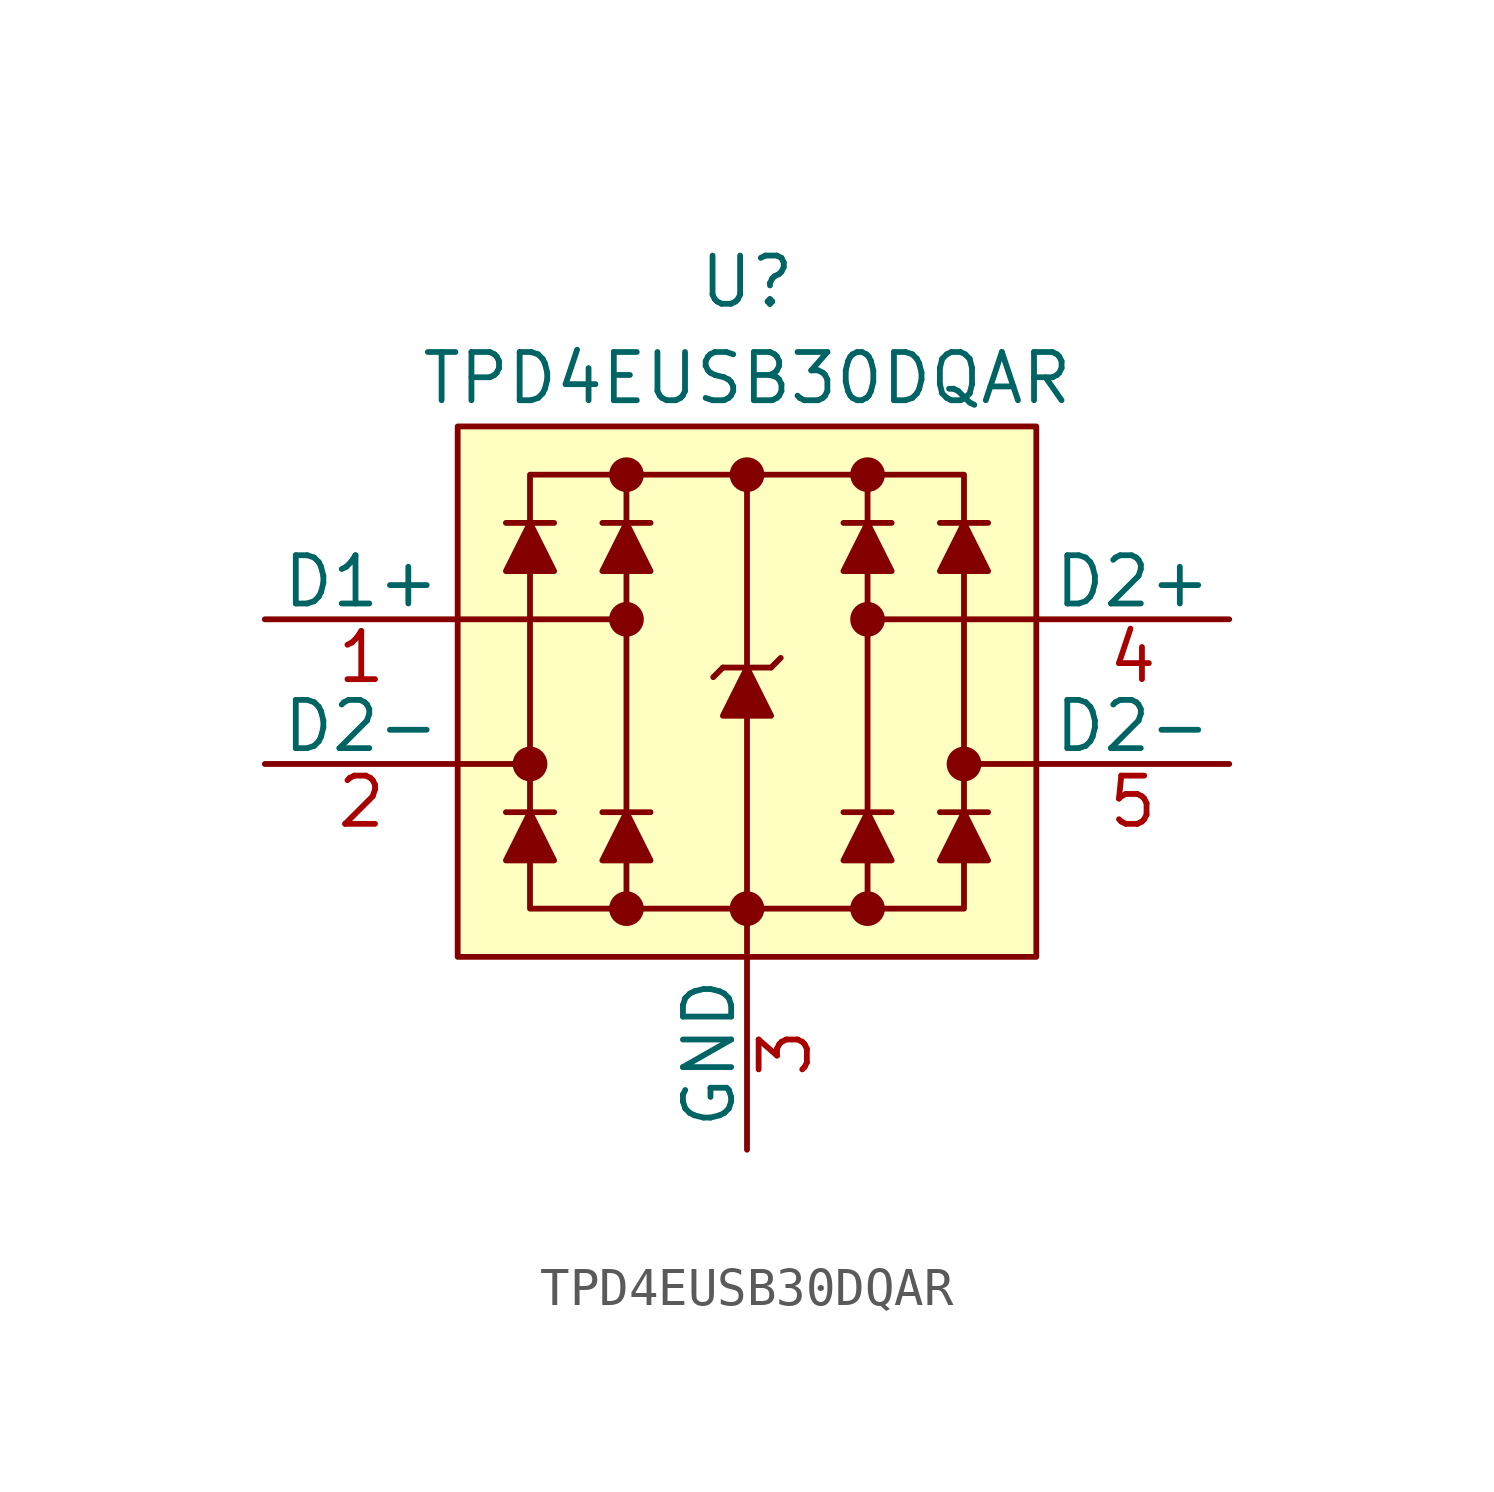
<source format=kicad_sym>
(kicad_symbol_lib
  (version 20220914)
  (generator kicad_symbol_editor)
  (symbol "TPD4EUSB30DQAR"
    (pin_names
      (offset 0))
    (property "Reference" "U"
      (at 0 3.81 0)
      (effects (font (size 1.27 1.27))))
    (property "Value" "TPD4EUSB30DQAR"
      (at 0 1.27 0)
      (effects (font (size 1.27 1.27))))
    (symbol "TPD4EUSB30DQAR_1_1"
      (rectangle (start -7.62 0) (end 7.62 -13.97) (stroke (width 0) (type default)) (fill (type background)))
      (circle (center -5.715 -8.89) (radius 0.381) (stroke (width 0) (type default)) (fill (type outline)))
      (circle (center -3.175 -12.7) (radius 0.381) (stroke (width 0) (type default)) (fill (type outline)))
      (circle (center -3.175 -5.08) (radius 0.381) (stroke (width 0) (type default)) (fill (type outline)))
      (circle (center -3.175 -1.27) (radius 0.381) (stroke (width 0) (type default)) (fill (type outline)))
      (circle (center 0 -12.7) (radius 0.381) (stroke (width 0) (type default)) (fill (type outline)))
      (circle (center 0 -1.27) (radius 0.381) (stroke (width 0) (type default)) (fill (type outline)))
      (polyline (pts (xy -7.62 -8.89) (xy -5.715 -8.89)) (stroke (width 0) (type default)) (fill (type none)))
      (polyline (pts (xy -7.62 -5.08) (xy -3.175 -5.08)) (stroke (width 0) (type default)) (fill (type none)))
      (polyline (pts (xy -6.35 -10.16) (xy -5.08 -10.16)) (stroke (width 0) (type default)) (fill (type none)))
      (polyline (pts (xy -6.35 -2.54) (xy -5.08 -2.54)) (stroke (width 0) (type default)) (fill (type none)))
      (polyline (pts (xy -5.715 -3.81) (xy -5.715 -10.16)) (stroke (width 0) (type default)) (fill (type none)))
      (polyline (pts (xy -3.81 -10.16) (xy -2.54 -10.16)) (stroke (width 0) (type default)) (fill (type none)))
      (polyline (pts (xy -3.81 -2.54) (xy -2.54 -2.54)) (stroke (width 0) (type default)) (fill (type none)))
      (polyline (pts (xy -3.175 -12.7) (xy -3.175 -11.43)) (stroke (width 0) (type default)) (fill (type none)))
      (polyline (pts (xy -3.175 -3.81) (xy -3.175 -10.16)) (stroke (width 0) (type default)) (fill (type none)))
      (polyline (pts (xy -3.175 -2.54) (xy -3.175 -1.27)) (stroke (width 0) (type default)) (fill (type none)))
      (polyline (pts (xy -0.635 -6.35) (xy -0.889 -6.604)) (stroke (width 0) (type default)) (fill (type none)))
      (polyline (pts (xy -0.635 -6.35) (xy 0.635 -6.35)) (stroke (width 0) (type default)) (fill (type none)))
      (polyline (pts (xy 0 -13.97) (xy 0 -12.7)) (stroke (width 0) (type default)) (fill (type none)))
      (polyline (pts (xy 0.635 -6.35) (xy 0.889 -6.096)) (stroke (width 0) (type default)) (fill (type none)))
      (polyline (pts (xy 3.175 -12.7) (xy 3.175 -11.43)) (stroke (width 0) (type default)) (fill (type none)))
      (polyline (pts (xy 3.175 -3.81) (xy 3.175 -10.16)) (stroke (width 0) (type default)) (fill (type none)))
      (polyline (pts (xy 3.175 -2.54) (xy 3.175 -1.27)) (stroke (width 0) (type default)) (fill (type none)))
      (polyline (pts (xy 3.81 -10.16) (xy 2.54 -10.16)) (stroke (width 0) (type default)) (fill (type none)))
      (polyline (pts (xy 3.81 -2.54) (xy 2.54 -2.54)) (stroke (width 0) (type default)) (fill (type none)))
      (polyline (pts (xy 5.715 -3.81) (xy 5.715 -10.16)) (stroke (width 0) (type default)) (fill (type none)))
      (polyline (pts (xy 6.35 -10.16) (xy 5.08 -10.16)) (stroke (width 0) (type default)) (fill (type none)))
      (polyline (pts (xy 6.35 -2.54) (xy 5.08 -2.54)) (stroke (width 0) (type default)) (fill (type none)))
      (polyline (pts (xy 7.62 -8.89) (xy 5.715 -8.89)) (stroke (width 0) (type default)) (fill (type none)))
      (polyline (pts (xy 7.62 -5.08) (xy 3.175 -5.08)) (stroke (width 0) (type default)) (fill (type none)))
      (polyline (pts (xy -6.35 -11.43) (xy -5.08 -11.43) (xy -5.715 -10.16) (xy -6.35 -11.43)) (stroke (width 0) (type default)) (fill (type outline)))
      (polyline (pts (xy -6.35 -3.81) (xy -5.08 -3.81) (xy -5.715 -2.54) (xy -6.35 -3.81)) (stroke (width 0) (type default)) (fill (type outline)))
      (polyline (pts (xy -5.715 -11.43) (xy -5.715 -12.7) (xy 0 -12.7) (xy 0 -7.62)) (stroke (width 0) (type default)) (fill (type none)))
      (polyline (pts (xy -5.715 -2.54) (xy -5.715 -1.27) (xy 0 -1.27) (xy 0 -6.35)) (stroke (width 0) (type default)) (fill (type none)))
      (polyline (pts (xy -3.81 -11.43) (xy -2.54 -11.43) (xy -3.175 -10.16) (xy -3.81 -11.43)) (stroke (width 0) (type default)) (fill (type outline)))
      (polyline (pts (xy -3.81 -3.81) (xy -2.54 -3.81) (xy -3.175 -2.54) (xy -3.81 -3.81)) (stroke (width 0) (type default)) (fill (type outline)))
      (polyline (pts (xy -0.635 -7.62) (xy 0.635 -7.62) (xy 0 -6.35) (xy -0.635 -7.62)) (stroke (width 0) (type default)) (fill (type outline)))
      (polyline (pts (xy 3.81 -11.43) (xy 2.54 -11.43) (xy 3.175 -10.16) (xy 3.81 -11.43)) (stroke (width 0) (type default)) (fill (type outline)))
      (polyline (pts (xy 3.81 -3.81) (xy 2.54 -3.81) (xy 3.175 -2.54) (xy 3.81 -3.81)) (stroke (width 0) (type default)) (fill (type outline)))
      (polyline (pts (xy 5.715 -11.43) (xy 5.715 -12.7) (xy 0 -12.7) (xy 0 -12.7)) (stroke (width 0) (type default)) (fill (type none)))
      (polyline (pts (xy 5.715 -2.54) (xy 5.715 -1.27) (xy 0 -1.27) (xy 0 -1.27)) (stroke (width 0) (type default)) (fill (type none)))
      (polyline (pts (xy 6.35 -11.43) (xy 5.08 -11.43) (xy 5.715 -10.16) (xy 6.35 -11.43)) (stroke (width 0) (type default)) (fill (type outline)))
      (polyline (pts (xy 6.35 -3.81) (xy 5.08 -3.81) (xy 5.715 -2.54) (xy 6.35 -3.81)) (stroke (width 0) (type default)) (fill (type outline)))
      (circle (center 3.175 -12.7) (radius 0.381) (stroke (width 0) (type default)) (fill (type outline)))
      (circle (center 3.175 -5.08) (radius 0.381) (stroke (width 0) (type default)) (fill (type outline)))
      (circle (center 3.175 -1.27) (radius 0.381) (stroke (width 0) (type default)) (fill (type outline)))
      (circle (center 5.715 -8.89) (radius 0.381) (stroke (width 0) (type default)) (fill (type outline)))
      (pin passive line (at -12.7 -5.08 0) (length 5.08) (name "D1+" (effects (font (size 1.27 1.27)))) (number "1" (effects (font (size 1.27 1.27)))))
      (pin passive line (at -12.7 -5.08 0) (length 5.08) hide (name "" (effects (font (size 1.27 1.27)))) (number "10" (effects (font (size 1.27 1.27)))))
      (pin passive line (at -12.7 -8.89 0) (length 5.08) (name "D2-" (effects (font (size 1.27 1.27)))) (number "2" (effects (font (size 1.27 1.27)))))
      (pin power_in line (at 0 -19.05 90) (length 5.08) (name "GND" (effects (font (size 1.27 1.27)))) (number "3" (effects (font (size 1.27 1.27)))))
      (pin passive line (at 12.7 -5.08 180) (length 5.08) (name "D2+" (effects (font (size 1.27 1.27)))) (number "4" (effects (font (size 1.27 1.27)))))
      (pin passive line (at 12.7 -8.89 180) (length 5.08) (name "D2-" (effects (font (size 1.27 1.27)))) (number "5" (effects (font (size 1.27 1.27)))))
      (pin passive line (at 12.7 -8.89 180) (length 5.08) hide (name "" (effects (font (size 1.27 1.27)))) (number "6" (effects (font (size 1.27 1.27)))))
      (pin passive line (at 12.7 -5.08 180) (length 5.08) hide (name "" (effects (font (size 1.27 1.27)))) (number "7" (effects (font (size 1.27 1.27)))))
      (pin passive line (at 0 -19.05 90) (length 5.08) hide (name "" (effects (font (size 1.27 1.27)))) (number "8" (effects (font (size 1.27 1.27)))))
      (pin passive line (at -12.7 -8.89 0) (length 5.08) hide (name "" (effects (font (size 1.27 1.27)))) (number "9" (effects (font (size 1.27 1.27))))))))
</source>
